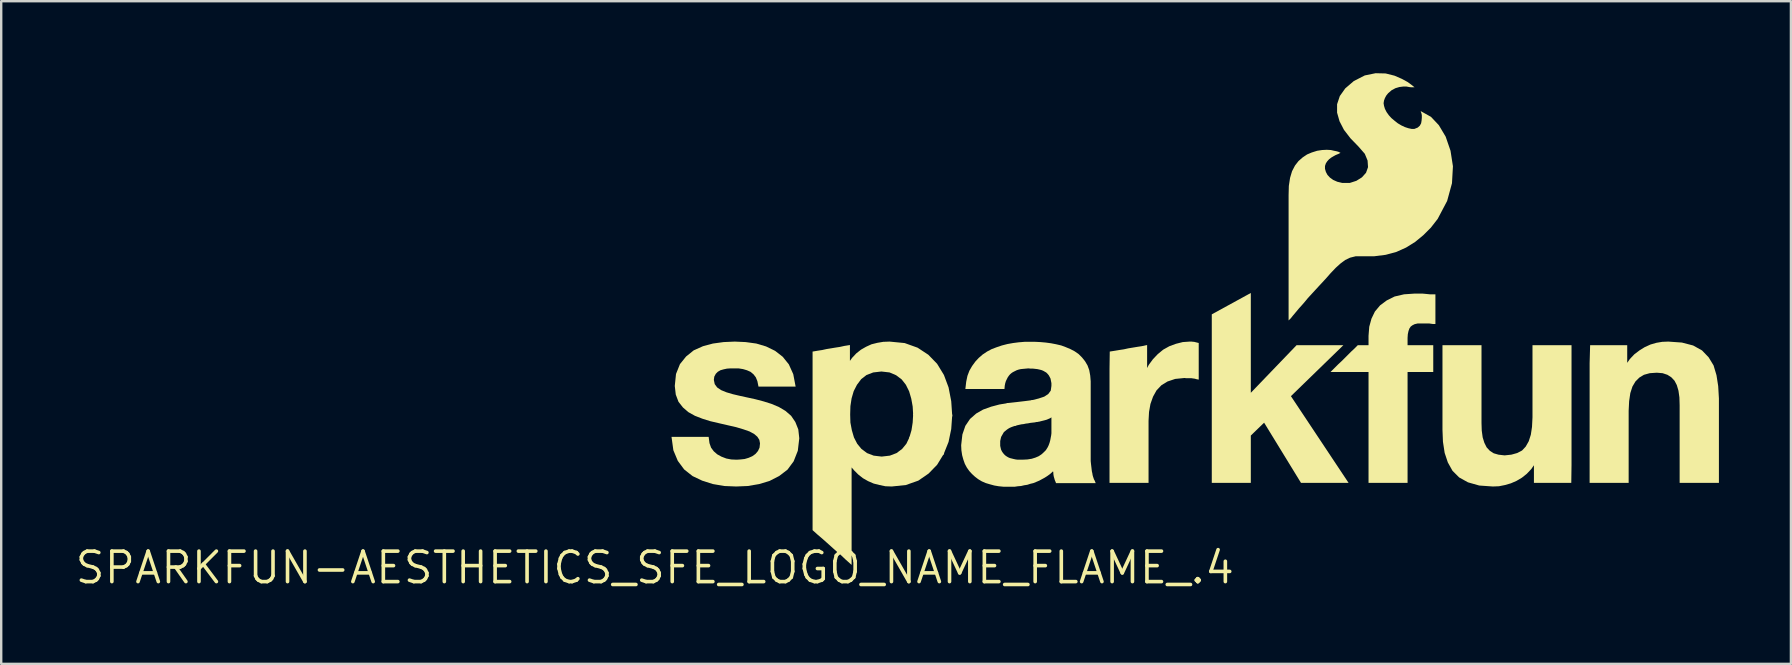
<source format=kicad_pcb>
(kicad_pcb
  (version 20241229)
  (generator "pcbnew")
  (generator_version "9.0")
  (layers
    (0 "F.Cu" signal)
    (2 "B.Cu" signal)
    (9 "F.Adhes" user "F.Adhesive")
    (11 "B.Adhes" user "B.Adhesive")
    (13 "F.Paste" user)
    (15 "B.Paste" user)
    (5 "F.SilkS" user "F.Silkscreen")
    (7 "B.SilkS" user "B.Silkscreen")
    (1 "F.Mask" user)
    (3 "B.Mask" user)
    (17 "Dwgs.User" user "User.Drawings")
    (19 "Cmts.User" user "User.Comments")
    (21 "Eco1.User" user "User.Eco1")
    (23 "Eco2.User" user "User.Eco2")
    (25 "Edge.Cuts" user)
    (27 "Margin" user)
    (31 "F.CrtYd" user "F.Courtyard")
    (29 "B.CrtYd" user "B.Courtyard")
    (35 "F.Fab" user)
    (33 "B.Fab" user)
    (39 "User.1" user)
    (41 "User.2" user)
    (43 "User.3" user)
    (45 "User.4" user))
  (footprint "SPARKFUN-AESTHETICS_SFE_LOGO_NAME_FLAME_.4"
    (layer "F.Cu")
    (at 24.228 20.598)
    (property "Reference" "SPARKFUN-AESTHETICS_SFE_LOGO_NAME_FLAME_.4" (at 0 0 0) (layer "F.SilkS") (effects (font (size 1.27 1.27) (thickness 0.15))))
    (fp_poly (pts (xy 12.391 -6.377) (xy 12.348 -5.775) (xy 12.237 -5.239) (xy 12.02 -4.698) (xy 10.594 -5.39) (xy 10.693 -5.728) (xy 10.742 -6.044) (xy 10.764 -6.419)) (stroke (width 0) (type default)) (fill yes) (layer "F.SilkS"))
    (fp_poly (pts (xy 24.828 -7.285) (xy 26.734 -9.268) (xy 28.684 -9.268) (xy 26.499 -7.145) (xy 28.901 -3.532) (xy 26.919 -3.532) (xy 25.382 -6.04) (xy 24.828 -5.504) (xy 24.828 -3.532) (xy 23.202 -3.532) (xy 23.202 -10.553) (xy 24.828 -11.444)) (stroke (width 0) (type default)) (fill yes) (layer "F.SilkS"))
    (fp_poly (pts (xy 15.956 -6.081) (xy 15.826 -6.052) (xy 15.734 -6.042) (xy 15.646 -6.032) (xy 15.546 -6.012) (xy 15.456 -6.002) (xy 15.366 -5.982) (xy 15.276 -5.972) (xy 15.188 -5.953) (xy 15.099 -5.933) (xy 14.985 -5.905) (xy 14.658 -6.853) (xy 15.066 -6.898) (xy 15.405 -6.938) (xy 15.749 -6.982)) (stroke (width 0) (type default)) (fill yes) (layer "F.SilkS"))
    (fp_poly (pts (xy 32.084 -11.408) (xy 32.184 -11.398) (xy 32.282 -11.388) (xy 32.518 -11.388) (xy 32.518 -10.152) (xy 32.407 -10.152) (xy 32.335 -10.162) (xy 32.267 -10.172) (xy 31.774 -10.172) (xy 31.653 -10.144) (xy 31.56 -10.097) (xy 31.488 -10.043) (xy 31.434 -9.963) (xy 31.397 -9.859) (xy 31.368 -9.725) (xy 31.358 -9.569) (xy 31.358 -9.268) (xy 32.428 -9.268) (xy 32.428 -8.152) (xy 31.358 -8.152) (xy 31.358 -3.532) (xy 29.732 -3.532) (xy 29.732 -8.152) (xy 28.148 -8.152) (xy 28.474 -8.477) (xy 28.614 -8.607) (xy 29.004 -8.997) (xy 29.144 -9.127) (xy 29.284 -9.268) (xy 29.732 -9.268) (xy 29.732 -9.662) (xy 29.762 -10.037) (xy 29.854 -10.373) (xy 29.998 -10.671) (xy 30.214 -10.928) (xy 30.49 -11.133) (xy 30.817 -11.296) (xy 31.214 -11.388) (xy 31.659 -11.418) (xy 31.972 -11.418)) (stroke (width 0) (type default)) (fill yes) (layer "F.SilkS"))
    (fp_poly (pts (xy 34.438 -6.031) (xy 34.448 -5.713) (xy 34.487 -5.428) (xy 34.556 -5.204) (xy 34.652 -5.012) (xy 34.785 -4.869) (xy 34.946 -4.765) (xy 35.147 -4.707) (xy 35.4 -4.678) (xy 35.683 -4.708) (xy 35.926 -4.776) (xy 36.127 -4.881) (xy 36.279 -5.043) (xy 36.405 -5.265) (xy 36.493 -5.539) (xy 36.542 -5.864) (xy 36.562 -6.261) (xy 36.562 -9.268) (xy 38.188 -9.268) (xy 38.188 -4.28) (xy 38.178 -3.532) (xy 36.622 -3.532) (xy 36.622 -4.267) (xy 36.51 -4.106) (xy 36.326 -3.912) (xy 36.122 -3.749) (xy 35.897 -3.616) (xy 35.663 -3.514) (xy 35.419 -3.443) (xy 35.165 -3.392) (xy 34.909 -3.382) (xy 34.343 -3.422) (xy 33.875 -3.555) (xy 33.507 -3.759) (xy 33.229 -4.037) (xy 33.035 -4.385) (xy 32.903 -4.781) (xy 32.832 -5.246) (xy 32.812 -5.749) (xy 32.812 -9.268) (xy 34.438 -9.268)) (stroke (width 0) (type default)) (fill yes) (layer "F.SilkS"))
    (fp_poly (pts (xy 42.786 -9.378) (xy 43.254 -9.256) (xy 43.623 -9.051) (xy 43.9 -8.763) (xy 44.105 -8.426) (xy 44.227 -8.018) (xy 44.298 -7.564) (xy 44.328 -7.051) (xy 44.328 -3.532) (xy 42.692 -3.532) (xy 42.692 -6.769) (xy 42.682 -7.097) (xy 42.643 -7.372) (xy 42.574 -7.606) (xy 42.479 -7.788) (xy 42.345 -7.931) (xy 42.183 -8.035) (xy 41.982 -8.102) (xy 41.74 -8.122) (xy 41.446 -8.102) (xy 41.205 -8.035) (xy 41.014 -7.92) (xy 40.85 -7.756) (xy 40.725 -7.544) (xy 40.637 -7.271) (xy 40.588 -6.936) (xy 40.568 -6.539) (xy 40.568 -3.532) (xy 38.942 -3.532) (xy 38.942 -8.521) (xy 38.963 -9.268) (xy 40.508 -9.268) (xy 40.508 -8.533) (xy 40.62 -8.694) (xy 40.804 -8.888) (xy 41.018 -9.051) (xy 41.232 -9.184) (xy 41.477 -9.296) (xy 41.722 -9.367) (xy 41.966 -9.408) (xy 42.221 -9.418)) (stroke (width 0) (type default)) (fill yes) (layer "F.SilkS"))
    (fp_poly (pts (xy 22.424 -9.408) (xy 22.465 -9.408) (xy 22.509 -9.397) (xy 22.589 -9.377) (xy 22.658 -9.36) (xy 22.658 -7.834) (xy 22.561 -7.853) (xy 22.492 -7.873) (xy 22.425 -7.882) (xy 22.357 -7.892) (xy 22.137 -7.892) (xy 22.069 -7.902) (xy 21.678 -7.863) (xy 21.356 -7.755) (xy 21.104 -7.6) (xy 20.901 -7.387) (xy 20.755 -7.124) (xy 20.647 -6.82) (xy 20.588 -6.486) (xy 20.568 -6.119) (xy 20.568 -3.532) (xy 18.942 -3.532) (xy 18.942 -8.29) (xy 18.952 -9.003) (xy 19.174 -9.038) (xy 19.354 -9.068) (xy 19.543 -9.097) (xy 19.723 -9.137) (xy 19.914 -9.168) (xy 20.094 -9.198) (xy 20.283 -9.227) (xy 20.508 -9.277) (xy 20.508 -8.317) (xy 20.578 -8.45) (xy 20.751 -8.685) (xy 20.954 -8.898) (xy 21.178 -9.082) (xy 21.434 -9.225) (xy 21.709 -9.326) (xy 21.994 -9.398) (xy 22.279 -9.418) (xy 22.374 -9.418)) (stroke (width 0) (type default)) (fill yes) (layer "F.SilkS"))
    (fp_poly (pts (xy 10.408 -9.357) (xy 10.947 -9.164) (xy 11.394 -8.87) (xy 11.76 -8.493) (xy 12.044 -8.027) (xy 12.237 -7.51) (xy 12.348 -6.935) (xy 12.391 -6.301) (xy 10.764 -6.343) (xy 10.742 -6.715) (xy 10.683 -7.041) (xy 10.594 -7.346) (xy 10.458 -7.62) (xy 10.283 -7.843) (xy 10.051 -8.017) (xy 9.78 -8.133) (xy 9.44 -8.172) (xy 9.099 -8.133) (xy 8.819 -8.026) (xy 8.597 -7.853) (xy 8.422 -7.62) (xy 8.286 -7.356) (xy 8.197 -7.052) (xy 8.148 -6.727) (xy 8.138 -6.38) (xy 8.148 -6.044) (xy 8.207 -5.729) (xy 8.296 -5.424) (xy 8.432 -5.161) (xy 8.607 -4.948) (xy 8.839 -4.774) (xy 9.119 -4.667) (xy 9.45 -4.628) (xy 9.791 -4.667) (xy 10.071 -4.774) (xy 10.303 -4.948) (xy 10.478 -5.161) (xy 10.622 -5.461) (xy 12.054 -4.766) (xy 11.76 -4.286) (xy 11.405 -3.921) (xy 10.977 -3.626) (xy 10.458 -3.443) (xy 9.871 -3.382) (xy 9.605 -3.392) (xy 9.361 -3.443) (xy 9.118 -3.504) (xy 8.883 -3.606) (xy 8.669 -3.728) (xy 8.475 -3.881) (xy 8.302 -4.054) (xy 8.198 -4.177) (xy 8.198 -0.115) (xy 7.944 -0.342) (xy 7.755 -0.522) (xy 7.555 -0.691) (xy 7.365 -0.862) (xy 7.165 -1.042) (xy 6.975 -1.211) (xy 6.775 -1.381) (xy 6.572 -1.563) (xy 6.572 -9.002) (xy 6.784 -9.038) (xy 6.973 -9.067) (xy 7.153 -9.107) (xy 7.344 -9.138) (xy 7.524 -9.168) (xy 7.713 -9.197) (xy 7.893 -9.237) (xy 8.128 -9.275) (xy 8.128 -8.615) (xy 8.221 -8.744) (xy 8.394 -8.928) (xy 8.589 -9.082) (xy 8.803 -9.204) (xy 9.027 -9.306) (xy 9.272 -9.367) (xy 9.516 -9.408) (xy 9.781 -9.418)) (stroke (width 0) (type default)) (fill yes) (layer "F.SilkS"))
    (fp_poly (pts (xy 3.783 -9.398) (xy 4.228 -9.337) (xy 4.634 -9.216) (xy 5.01 -9.033) (xy 5.327 -8.787) (xy 5.583 -8.47) (xy 5.767 -8.062) (xy 5.866 -7.542) (xy 4.319 -7.542) (xy 4.273 -7.769) (xy 4.207 -7.931) (xy 4.112 -8.054) (xy 3.99 -8.157) (xy 3.837 -8.224) (xy 3.672 -8.273) (xy 3.487 -8.302) (xy 3.151 -8.302) (xy 3.005 -8.292) (xy 2.869 -8.263) (xy 2.735 -8.225) (xy 2.623 -8.16) (xy 2.541 -8.077) (xy 2.477 -7.958) (xy 2.459 -7.821) (xy 2.496 -7.646) (xy 2.597 -7.508) (xy 2.768 -7.394) (xy 2.983 -7.306) (xy 3.25 -7.227) (xy 3.548 -7.157) (xy 3.868 -7.087) (xy 4.189 -7.017) (xy 4.531 -6.927) (xy 4.853 -6.826) (xy 5.167 -6.694) (xy 5.442 -6.531) (xy 5.679 -6.326) (xy 5.854 -6.068) (xy 5.977 -5.759) (xy 6.018 -5.39) (xy 5.957 -4.871) (xy 5.784 -4.431) (xy 5.527 -4.083) (xy 5.18 -3.818) (xy 4.784 -3.615) (xy 4.349 -3.483) (xy 3.874 -3.402) (xy 3.39 -3.382) (xy 2.896 -3.402) (xy 2.421 -3.483) (xy 1.976 -3.624) (xy 1.57 -3.817) (xy 1.222 -4.093) (xy 0.957 -4.451) (xy 0.773 -4.89) (xy 0.696 -5.448) (xy 2.243 -5.448) (xy 2.277 -5.189) (xy 2.344 -4.998) (xy 2.458 -4.846) (xy 2.602 -4.721) (xy 2.776 -4.625) (xy 2.98 -4.547) (xy 3.184 -4.508) (xy 3.41 -4.498) (xy 3.567 -4.508) (xy 3.742 -4.527) (xy 3.907 -4.576) (xy 4.061 -4.643) (xy 4.194 -4.738) (xy 4.298 -4.861) (xy 4.363 -5) (xy 4.382 -5.178) (xy 4.354 -5.326) (xy 4.271 -5.455) (xy 4.138 -5.569) (xy 3.944 -5.675) (xy 3.688 -5.764) (xy 3.39 -5.853) (xy 3.041 -5.933) (xy 2.651 -6.023) (xy 2.31 -6.103) (xy 1.987 -6.204) (xy 1.674 -6.325) (xy 1.398 -6.479) (xy 1.172 -6.674) (xy 0.986 -6.911) (xy 0.873 -7.211) (xy 0.832 -7.57) (xy 0.883 -8.069) (xy 1.047 -8.479) (xy 1.303 -8.797) (xy 1.62 -9.053) (xy 2.007 -9.226) (xy 2.422 -9.337) (xy 2.867 -9.398) (xy 3.33 -9.418)) (stroke (width 0) (type default)) (fill yes) (layer "F.SilkS"))
    (fp_poly (pts (xy 30.445 -20.588) (xy 30.812 -20.496) (xy 31.117 -20.364) (xy 31.36 -20.232) (xy 31.513 -20.12) (xy 31.649 -20.012) (xy 31.508 -20.012) (xy 31.424 -20.022) (xy 31.317 -20.042) (xy 31.172 -20.042) (xy 31.018 -20.023) (xy 30.854 -19.975) (xy 30.692 -19.888) (xy 30.548 -19.763) (xy 30.472 -19.669) (xy 30.415 -19.564) (xy 30.377 -19.46) (xy 30.359 -19.35) (xy 30.377 -19.239) (xy 30.415 -19.114) (xy 30.483 -18.98) (xy 30.58 -18.844) (xy 30.686 -18.728) (xy 30.814 -18.62) (xy 30.952 -18.511) (xy 31.098 -18.424) (xy 31.244 -18.355) (xy 31.39 -18.307) (xy 31.524 -18.278) (xy 31.643 -18.278) (xy 31.78 -18.333) (xy 31.87 -18.414) (xy 31.923 -18.513) (xy 31.942 -18.625) (xy 31.952 -18.742) (xy 31.952 -18.837) (xy 31.943 -18.901) (xy 31.903 -19.021) (xy 32.334 -18.78) (xy 32.661 -18.433) (xy 32.945 -17.956) (xy 33.147 -17.369) (xy 33.248 -16.722) (xy 33.208 -16.014) (xy 33.006 -15.276) (xy 32.612 -14.529) (xy 32.329 -14.165) (xy 32.016 -13.852) (xy 31.672 -13.569) (xy 31.298 -13.336) (xy 30.893 -13.154) (xy 30.447 -13.033) (xy 29.962 -12.972) (xy 29.195 -12.972) (xy 28.963 -12.914) (xy 28.76 -12.817) (xy 28.564 -12.671) (xy 28.367 -12.493) (xy 28.158 -12.274) (xy 27.928 -12.014) (xy 27.668 -11.734) (xy 27.668 -11.734) (xy 27.438 -11.484) (xy 27.209 -11.235) (xy 27.009 -10.995) (xy 26.829 -10.795) (xy 26.679 -10.615) (xy 26.57 -10.486) (xy 26.499 -10.395) (xy 26.402 -10.298) (xy 26.402 -15.521) (xy 26.412 -15.903) (xy 26.463 -16.238) (xy 26.545 -16.514) (xy 26.668 -16.751) (xy 26.812 -16.936) (xy 26.987 -17.09) (xy 27.172 -17.214) (xy 27.367 -17.296) (xy 27.591 -17.367) (xy 27.796 -17.398) (xy 27.99 -17.408) (xy 28.165 -17.398) (xy 28.298 -17.367) (xy 28.399 -17.347) (xy 28.474 -17.326) (xy 28.565 -17.28) (xy 28.476 -17.235) (xy 28.425 -17.215) (xy 28.357 -17.186) (xy 28.269 -17.137) (xy 28.172 -17.079) (xy 28.086 -17.012) (xy 28.01 -16.927) (xy 27.955 -16.843) (xy 27.918 -16.734) (xy 27.918 -16.615) (xy 27.956 -16.484) (xy 28.021 -16.362) (xy 28.125 -16.249) (xy 28.259 -16.153) (xy 28.432 -16.076) (xy 28.634 -16.028) (xy 28.954 -16.028) (xy 29.224 -16.115) (xy 29.455 -16.259) (xy 29.627 -16.45) (xy 29.711 -16.685) (xy 29.692 -16.961) (xy 29.577 -17.24) (xy 29.312 -17.544) (xy 28.981 -17.885) (xy 28.708 -18.239) (xy 28.524 -18.596) (xy 28.422 -18.955) (xy 28.422 -19.306) (xy 28.536 -19.647) (xy 28.762 -19.966) (xy 29.119 -20.272) (xy 29.577 -20.506) (xy 30.027 -20.598)) (stroke (width 0) (type default)) (fill yes) (layer "F.SilkS"))
    (fp_poly (pts (xy 16.063 -9.398) (xy 16.284 -9.378) (xy 16.506 -9.348) (xy 16.718 -9.307) (xy 16.931 -9.257) (xy 17.124 -9.185) (xy 17.316 -9.104) (xy 17.49 -9.013) (xy 17.654 -8.899) (xy 17.798 -8.755) (xy 17.921 -8.602) (xy 18.025 -8.426) (xy 18.097 -8.23) (xy 18.138 -8.005) (xy 18.158 -7.762) (xy 18.158 -4.442) (xy 18.168 -4.344) (xy 18.178 -4.254) (xy 18.188 -4.174) (xy 18.198 -4.084) (xy 18.208 -4.007) (xy 18.227 -3.927) (xy 18.237 -3.858) (xy 18.256 -3.791) (xy 18.276 -3.732) (xy 18.295 -3.676) (xy 18.324 -3.627) (xy 18.366 -3.522) (xy 16.713 -3.522) (xy 16.695 -3.575) (xy 16.675 -3.615) (xy 16.664 -3.648) (xy 16.653 -3.679) (xy 16.643 -3.719) (xy 16.633 -3.749) (xy 16.623 -3.789) (xy 16.612 -3.824) (xy 16.612 -3.855) (xy 16.602 -3.895) (xy 16.602 -3.964) (xy 16.592 -3.994) (xy 16.592 -4.018) (xy 16.556 -3.982) (xy 16.464 -3.9) (xy 16.351 -3.818) (xy 16.239 -3.747) (xy 16.128 -3.687) (xy 16.016 -3.626) (xy 15.895 -3.575) (xy 15.772 -3.524) (xy 15.64 -3.493) (xy 15.519 -3.453) (xy 15.387 -3.433) (xy 15.256 -3.402) (xy 15.124 -3.392) (xy 14.993 -3.372) (xy 14.528 -3.372) (xy 14.325 -3.392) (xy 14.142 -3.423) (xy 13.96 -3.473) (xy 13.787 -3.524) (xy 13.622 -3.596) (xy 13.469 -3.688) (xy 13.335 -3.791) (xy 13.213 -3.903) (xy 13.1 -4.026) (xy 12.998 -4.17) (xy 12.915 -4.325) (xy 12.854 -4.499) (xy 12.803 -4.682) (xy 12.772 -4.886) (xy 12.762 -5.101) (xy 12.813 -5.548) (xy 12.936 -5.907) (xy 13.131 -6.195) (xy 13.388 -6.421) (xy 13.674 -6.585) (xy 14.009 -6.706) (xy 14.352 -6.797) (xy 14.735 -6.863) (xy 15.059 -5.926) (xy 14.933 -5.884) (xy 14.854 -5.855) (xy 14.787 -5.826) (xy 14.721 -5.788) (xy 14.653 -5.74) (xy 14.594 -5.691) (xy 14.54 -5.645) (xy 14.503 -5.581) (xy 14.463 -5.511) (xy 14.426 -5.446) (xy 14.407 -5.362) (xy 14.388 -5.276) (xy 14.388 -5.074) (xy 14.407 -4.989) (xy 14.426 -4.913) (xy 14.463 -4.839) (xy 14.501 -4.783) (xy 14.548 -4.726) (xy 14.595 -4.679) (xy 14.661 -4.632) (xy 14.727 -4.594) (xy 14.792 -4.566) (xy 14.949 -4.527) (xy 15.036 -4.508) (xy 15.122 -4.498) (xy 15.299 -4.498) (xy 15.516 -4.508) (xy 15.701 -4.537) (xy 15.857 -4.586) (xy 15.992 -4.644) (xy 16.107 -4.72) (xy 16.204 -4.808) (xy 16.29 -4.894) (xy 16.357 -4.999) (xy 16.405 -5.095) (xy 16.444 -5.202) (xy 16.473 -5.308) (xy 16.493 -5.417) (xy 16.512 -5.516) (xy 16.522 -5.602) (xy 16.522 -6.262) (xy 16.468 -6.226) (xy 16.395 -6.195) (xy 16.323 -6.164) (xy 16.25 -6.143) (xy 16.169 -6.123) (xy 16.089 -6.103) (xy 16.007 -6.082) (xy 15.88 -6.068) (xy 15.675 -6.968) (xy 15.989 -7.047) (xy 16.223 -7.125) (xy 16.393 -7.238) (xy 16.494 -7.375) (xy 16.522 -7.573) (xy 16.522 -7.686) (xy 16.484 -7.878) (xy 16.446 -7.952) (xy 16.409 -8.018) (xy 16.362 -8.074) (xy 16.307 -8.129) (xy 16.241 -8.167) (xy 16.174 -8.205) (xy 16.099 -8.234) (xy 16.021 -8.253) (xy 15.934 -8.272) (xy 15.846 -8.282) (xy 15.758 -8.292) (xy 15.658 -8.292) (xy 15.56 -8.302) (xy 15.453 -8.292) (xy 15.344 -8.282) (xy 15.246 -8.272) (xy 15.16 -8.253) (xy 15.075 -8.225) (xy 14.919 -8.147) (xy 14.863 -8.11) (xy 14.797 -8.053) (xy 14.75 -7.997) (xy 14.703 -7.93) (xy 14.626 -7.776) (xy 14.597 -7.681) (xy 14.578 -7.585) (xy 14.565 -7.442) (xy 12.937 -7.442) (xy 12.972 -7.746) (xy 13.023 -7.991) (xy 13.105 -8.206) (xy 13.218 -8.401) (xy 13.351 -8.584) (xy 13.493 -8.737) (xy 13.657 -8.88) (xy 13.841 -9.003) (xy 14.034 -9.105) (xy 14.247 -9.186) (xy 14.459 -9.257) (xy 14.692 -9.317) (xy 14.924 -9.358) (xy 15.156 -9.388) (xy 15.398 -9.408) (xy 15.851 -9.408)) (stroke (width 0) (type default)) (fill yes) (layer "F.SilkS")))
  (gr_rect
    (start -3 -3)
    (end 71.556 24.604)
    (stroke (width 0.1) (type default))
    (fill no)
    (layer "Edge.Cuts")))
</source>
